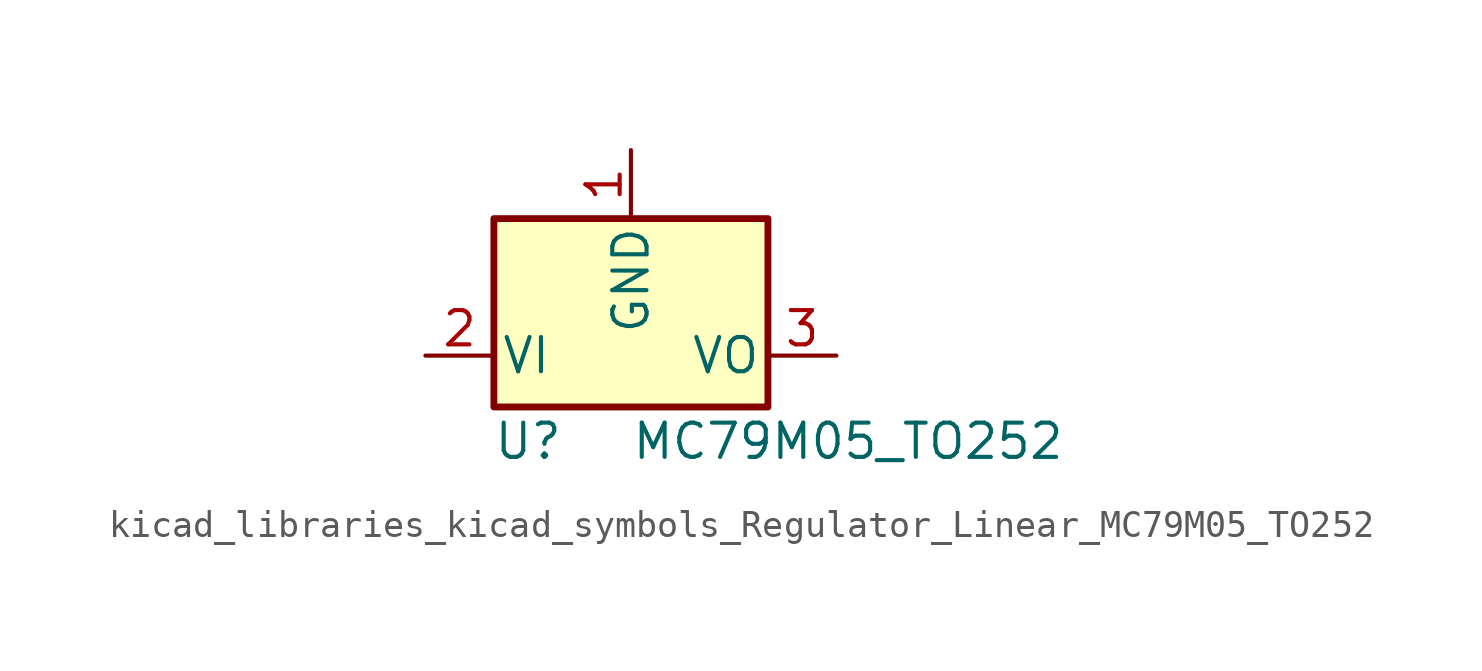
<source format=kicad_sym>
(kicad_symbol_lib
  (version 20220914)
  (generator kicad_symbol_editor)
  (symbol "kicad_libraries_kicad_symbols_Regulator_Linear_MC79M05_TO252"
    (pin_names
      (offset 0.254))
    (property "Reference" "U"
      (at -3.81 -3.175 0)
      (effects (font (size 1.27 1.27))))
    (property "Value" "MC79M05_TO252"
      (at 0 -3.175 0)
      (effects (font (size 1.27 1.27)) (justify left)))
    (symbol "kicad_libraries_kicad_symbols_Regulator_Linear_MC79M05_TO252_0_1"
      (rectangle (start -5.08 5.08) (end 5.08 -1.905) (stroke (width 0.254) (type default)) (fill (type background))))
    (symbol "kicad_libraries_kicad_symbols_Regulator_Linear_MC79M05_TO252_1_1"
      (pin power_in line (at 0 7.62 270) (length 2.54) (name "GND" (effects (font (size 1.27 1.27)))) (number "1" (effects (font (size 1.27 1.27)))))
      (pin power_in line (at -7.62 0 0) (length 2.54) (name "VI" (effects (font (size 1.27 1.27)))) (number "2" (effects (font (size 1.27 1.27)))))
      (pin power_out line (at 7.62 0 180) (length 2.54) (name "VO" (effects (font (size 1.27 1.27)))) (number "3" (effects (font (size 1.27 1.27))))))))
</source>
